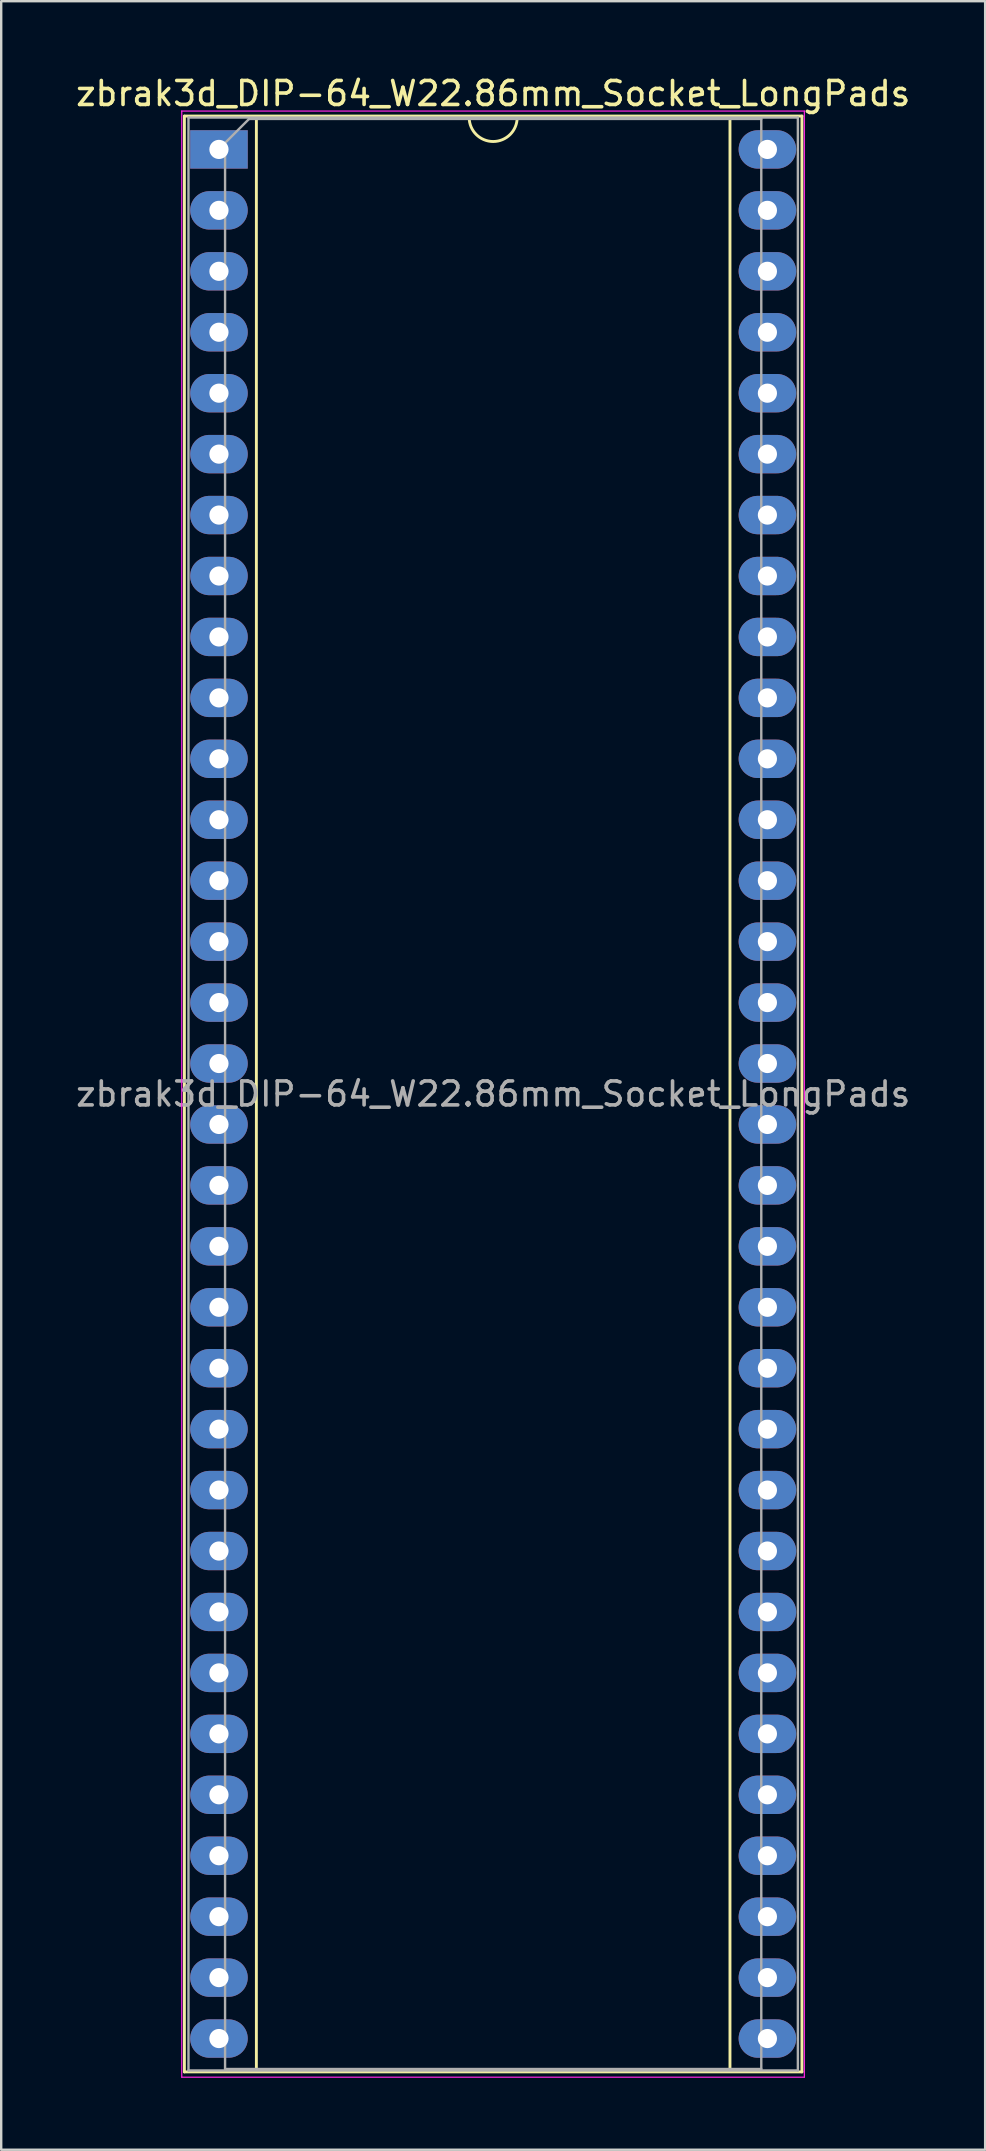
<source format=kicad_pcb>
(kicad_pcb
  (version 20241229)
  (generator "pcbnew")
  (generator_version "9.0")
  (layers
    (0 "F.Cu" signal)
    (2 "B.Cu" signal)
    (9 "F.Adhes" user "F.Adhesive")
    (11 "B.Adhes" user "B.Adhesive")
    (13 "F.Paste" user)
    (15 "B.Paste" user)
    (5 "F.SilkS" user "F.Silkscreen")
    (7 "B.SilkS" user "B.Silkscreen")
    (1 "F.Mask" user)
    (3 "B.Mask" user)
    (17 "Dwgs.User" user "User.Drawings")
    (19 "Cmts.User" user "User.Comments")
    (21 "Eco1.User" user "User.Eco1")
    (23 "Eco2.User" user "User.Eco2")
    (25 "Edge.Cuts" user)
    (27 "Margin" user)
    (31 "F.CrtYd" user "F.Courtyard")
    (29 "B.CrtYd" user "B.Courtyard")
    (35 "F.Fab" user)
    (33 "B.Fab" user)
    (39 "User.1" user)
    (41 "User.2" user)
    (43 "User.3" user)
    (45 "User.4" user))
  (footprint "zbrak3d_DIP-64_W22.86mm_Socket_LongPads"
    (layer "F.Cu")
    (at 6.076 3.178)
    (property "Reference" "zbrak3d_DIP-64_W22.86mm_Socket_LongPads" (at 11.43 -2.33 0) (layer "F.SilkS") (effects (font (size 1 1) (thickness 0.15))))
    (attr through_hole)
    (fp_line (start -1.44 -1.39) (end -1.44 80.13) (stroke (width 0.12) (type solid)) (layer "F.SilkS"))
    (fp_line (start -1.44 80.13) (end 24.3 80.13) (stroke (width 0.12) (type solid)) (layer "F.SilkS"))
    (fp_line (start 1.56 -1.33) (end 1.56 80.07) (stroke (width 0.12) (type solid)) (layer "F.SilkS"))
    (fp_line (start 1.56 80.07) (end 21.3 80.07) (stroke (width 0.12) (type solid)) (layer "F.SilkS"))
    (fp_line (start 10.43 -1.33) (end 1.56 -1.33) (stroke (width 0.12) (type solid)) (layer "F.SilkS"))
    (fp_line (start 21.3 -1.33) (end 12.43 -1.33) (stroke (width 0.12) (type solid)) (layer "F.SilkS"))
    (fp_line (start 21.3 80.07) (end 21.3 -1.33) (stroke (width 0.12) (type solid)) (layer "F.SilkS"))
    (fp_line (start 24.3 -1.39) (end -1.44 -1.39) (stroke (width 0.12) (type solid)) (layer "F.SilkS"))
    (fp_line (start 24.3 80.13) (end 24.3 -1.39) (stroke (width 0.12) (type solid)) (layer "F.SilkS"))
    (fp_arc (start 12.43 -1.33) (mid 11.43 -0.33) (end 10.43 -1.33) (stroke (width 0.12) (type solid)) (layer "F.SilkS"))
    (fp_line (start -1.55 -1.6) (end -1.55 80.35) (stroke (width 0.05) (type solid)) (layer "F.CrtYd"))
    (fp_line (start -1.55 80.35) (end 24.4 80.35) (stroke (width 0.05) (type solid)) (layer "F.CrtYd"))
    (fp_line (start 24.4 -1.6) (end -1.55 -1.6) (stroke (width 0.05) (type solid)) (layer "F.CrtYd"))
    (fp_line (start 24.4 80.35) (end 24.4 -1.6) (stroke (width 0.05) (type solid)) (layer "F.CrtYd"))
    (fp_line (start -1.27 -1.33) (end -1.27 80.07) (stroke (width 0.1) (type solid)) (layer "F.Fab"))
    (fp_line (start -1.27 80.07) (end 24.13 80.07) (stroke (width 0.1) (type solid)) (layer "F.Fab"))
    (fp_line (start 0.255 -0.27) (end 1.255 -1.27) (stroke (width 0.1) (type solid)) (layer "F.Fab"))
    (fp_line (start 0.255 80.01) (end 0.255 -0.27) (stroke (width 0.1) (type solid)) (layer "F.Fab"))
    (fp_line (start 1.255 -1.27) (end 22.605 -1.27) (stroke (width 0.1) (type solid)) (layer "F.Fab"))
    (fp_line (start 22.605 -1.27) (end 22.605 80.01) (stroke (width 0.1) (type solid)) (layer "F.Fab"))
    (fp_line (start 22.605 80.01) (end 0.255 80.01) (stroke (width 0.1) (type solid)) (layer "F.Fab"))
    (fp_line (start 24.13 -1.33) (end -1.27 -1.33) (stroke (width 0.1) (type solid)) (layer "F.Fab"))
    (fp_line (start 24.13 80.07) (end 24.13 -1.33) (stroke (width 0.1) (type solid)) (layer "F.Fab"))
    (fp_text user "${REFERENCE}" (at 11.43 39.37 0) (layer "F.Fab") (effects (font (size 1 1) (thickness 0.15))))
    (pad "1" thru_hole rect (at 0 0) (size 2.4 1.6) (drill 0.8) (layers "*.Cu" "*.Mask"))
    (pad "2" thru_hole oval (at 0 2.54) (size 2.4 1.6) (drill 0.8) (layers "*.Cu" "*.Mask"))
    (pad "3" thru_hole oval (at 0 5.08) (size 2.4 1.6) (drill 0.8) (layers "*.Cu" "*.Mask"))
    (pad "4" thru_hole oval (at 0 7.62) (size 2.4 1.6) (drill 0.8) (layers "*.Cu" "*.Mask"))
    (pad "5" thru_hole oval (at 0 10.16) (size 2.4 1.6) (drill 0.8) (layers "*.Cu" "*.Mask"))
    (pad "6" thru_hole oval (at 0 12.7) (size 2.4 1.6) (drill 0.8) (layers "*.Cu" "*.Mask"))
    (pad "7" thru_hole oval (at 0 15.24) (size 2.4 1.6) (drill 0.8) (layers "*.Cu" "*.Mask"))
    (pad "8" thru_hole oval (at 0 17.78) (size 2.4 1.6) (drill 0.8) (layers "*.Cu" "*.Mask"))
    (pad "9" thru_hole oval (at 0 20.32) (size 2.4 1.6) (drill 0.8) (layers "*.Cu" "*.Mask"))
    (pad "10" thru_hole oval (at 0 22.86) (size 2.4 1.6) (drill 0.8) (layers "*.Cu" "*.Mask"))
    (pad "11" thru_hole oval (at 0 25.4) (size 2.4 1.6) (drill 0.8) (layers "*.Cu" "*.Mask"))
    (pad "12" thru_hole oval (at 0 27.94) (size 2.4 1.6) (drill 0.8) (layers "*.Cu" "*.Mask"))
    (pad "13" thru_hole oval (at 0 30.48) (size 2.4 1.6) (drill 0.8) (layers "*.Cu" "*.Mask"))
    (pad "14" thru_hole oval (at 0 33.02) (size 2.4 1.6) (drill 0.8) (layers "*.Cu" "*.Mask"))
    (pad "15" thru_hole oval (at 0 35.56) (size 2.4 1.6) (drill 0.8) (layers "*.Cu" "*.Mask"))
    (pad "16" thru_hole oval (at 0 38.1) (size 2.4 1.6) (drill 0.8) (layers "*.Cu" "*.Mask"))
    (pad "17" thru_hole oval (at 0 40.64) (size 2.4 1.6) (drill 0.8) (layers "*.Cu" "*.Mask"))
    (pad "18" thru_hole oval (at 0 43.18) (size 2.4 1.6) (drill 0.8) (layers "*.Cu" "*.Mask"))
    (pad "19" thru_hole oval (at 0 45.72) (size 2.4 1.6) (drill 0.8) (layers "*.Cu" "*.Mask"))
    (pad "20" thru_hole oval (at 0 48.26) (size 2.4 1.6) (drill 0.8) (layers "*.Cu" "*.Mask"))
    (pad "21" thru_hole oval (at 0 50.8) (size 2.4 1.6) (drill 0.8) (layers "*.Cu" "*.Mask"))
    (pad "22" thru_hole oval (at 0 53.34) (size 2.4 1.6) (drill 0.8) (layers "*.Cu" "*.Mask"))
    (pad "23" thru_hole oval (at 0 55.88) (size 2.4 1.6) (drill 0.8) (layers "*.Cu" "*.Mask"))
    (pad "24" thru_hole oval (at 0 58.42) (size 2.4 1.6) (drill 0.8) (layers "*.Cu" "*.Mask"))
    (pad "25" thru_hole oval (at 0 60.96) (size 2.4 1.6) (drill 0.8) (layers "*.Cu" "*.Mask"))
    (pad "26" thru_hole oval (at 0 63.5) (size 2.4 1.6) (drill 0.8) (layers "*.Cu" "*.Mask"))
    (pad "27" thru_hole oval (at 0 66.04) (size 2.4 1.6) (drill 0.8) (layers "*.Cu" "*.Mask"))
    (pad "28" thru_hole oval (at 0 68.58) (size 2.4 1.6) (drill 0.8) (layers "*.Cu" "*.Mask"))
    (pad "29" thru_hole oval (at 0 71.12) (size 2.4 1.6) (drill 0.8) (layers "*.Cu" "*.Mask"))
    (pad "30" thru_hole oval (at 0 73.66) (size 2.4 1.6) (drill 0.8) (layers "*.Cu" "*.Mask"))
    (pad "31" thru_hole oval (at 0 76.2) (size 2.4 1.6) (drill 0.8) (layers "*.Cu" "*.Mask"))
    (pad "32" thru_hole oval (at 0 78.74) (size 2.4 1.6) (drill 0.8) (layers "*.Cu" "*.Mask"))
    (pad "33" thru_hole oval (at 22.86 78.74) (size 2.4 1.6) (drill 0.8) (layers "*.Cu" "*.Mask"))
    (pad "34" thru_hole oval (at 22.86 76.2) (size 2.4 1.6) (drill 0.8) (layers "*.Cu" "*.Mask"))
    (pad "35" thru_hole oval (at 22.86 73.66) (size 2.4 1.6) (drill 0.8) (layers "*.Cu" "*.Mask"))
    (pad "36" thru_hole oval (at 22.86 71.12) (size 2.4 1.6) (drill 0.8) (layers "*.Cu" "*.Mask"))
    (pad "37" thru_hole oval (at 22.86 68.58) (size 2.4 1.6) (drill 0.8) (layers "*.Cu" "*.Mask"))
    (pad "38" thru_hole oval (at 22.86 66.04) (size 2.4 1.6) (drill 0.8) (layers "*.Cu" "*.Mask"))
    (pad "39" thru_hole oval (at 22.86 63.5) (size 2.4 1.6) (drill 0.8) (layers "*.Cu" "*.Mask"))
    (pad "40" thru_hole oval (at 22.86 60.96) (size 2.4 1.6) (drill 0.8) (layers "*.Cu" "*.Mask"))
    (pad "41" thru_hole oval (at 22.86 58.42) (size 2.4 1.6) (drill 0.8) (layers "*.Cu" "*.Mask"))
    (pad "42" thru_hole oval (at 22.86 55.88) (size 2.4 1.6) (drill 0.8) (layers "*.Cu" "*.Mask"))
    (pad "43" thru_hole oval (at 22.86 53.34) (size 2.4 1.6) (drill 0.8) (layers "*.Cu" "*.Mask"))
    (pad "44" thru_hole oval (at 22.86 50.8) (size 2.4 1.6) (drill 0.8) (layers "*.Cu" "*.Mask"))
    (pad "45" thru_hole oval (at 22.86 48.26) (size 2.4 1.6) (drill 0.8) (layers "*.Cu" "*.Mask"))
    (pad "46" thru_hole oval (at 22.86 45.72) (size 2.4 1.6) (drill 0.8) (layers "*.Cu" "*.Mask"))
    (pad "47" thru_hole oval (at 22.86 43.18) (size 2.4 1.6) (drill 0.8) (layers "*.Cu" "*.Mask"))
    (pad "48" thru_hole oval (at 22.86 40.64) (size 2.4 1.6) (drill 0.8) (layers "*.Cu" "*.Mask"))
    (pad "49" thru_hole oval (at 22.86 38.1) (size 2.4 1.6) (drill 0.8) (layers "*.Cu" "*.Mask"))
    (pad "50" thru_hole oval (at 22.86 35.56) (size 2.4 1.6) (drill 0.8) (layers "*.Cu" "*.Mask"))
    (pad "51" thru_hole oval (at 22.86 33.02) (size 2.4 1.6) (drill 0.8) (layers "*.Cu" "*.Mask"))
    (pad "52" thru_hole oval (at 22.86 30.48) (size 2.4 1.6) (drill 0.8) (layers "*.Cu" "*.Mask"))
    (pad "53" thru_hole oval (at 22.86 27.94) (size 2.4 1.6) (drill 0.8) (layers "*.Cu" "*.Mask"))
    (pad "54" thru_hole oval (at 22.86 25.4) (size 2.4 1.6) (drill 0.8) (layers "*.Cu" "*.Mask"))
    (pad "55" thru_hole oval (at 22.86 22.86) (size 2.4 1.6) (drill 0.8) (layers "*.Cu" "*.Mask"))
    (pad "56" thru_hole oval (at 22.86 20.32) (size 2.4 1.6) (drill 0.8) (layers "*.Cu" "*.Mask"))
    (pad "57" thru_hole oval (at 22.86 17.78) (size 2.4 1.6) (drill 0.8) (layers "*.Cu" "*.Mask"))
    (pad "58" thru_hole oval (at 22.86 15.24) (size 2.4 1.6) (drill 0.8) (layers "*.Cu" "*.Mask"))
    (pad "59" thru_hole oval (at 22.86 12.7) (size 2.4 1.6) (drill 0.8) (layers "*.Cu" "*.Mask"))
    (pad "60" thru_hole oval (at 22.86 10.16) (size 2.4 1.6) (drill 0.8) (layers "*.Cu" "*.Mask"))
    (pad "61" thru_hole oval (at 22.86 7.62) (size 2.4 1.6) (drill 0.8) (layers "*.Cu" "*.Mask"))
    (pad "62" thru_hole oval (at 22.86 5.08) (size 2.4 1.6) (drill 0.8) (layers "*.Cu" "*.Mask"))
    (pad "63" thru_hole oval (at 22.86 2.54) (size 2.4 1.6) (drill 0.8) (layers "*.Cu" "*.Mask"))
    (pad "64" thru_hole oval (at 22.86 0) (size 2.4 1.6) (drill 0.8) (layers "*.Cu" "*.Mask")))
  (gr_rect
    (start -3 -3)
    (end 38.012 86.553)
    (stroke (width 0.1) (type default))
    (fill no)
    (layer "Edge.Cuts")))
</source>
